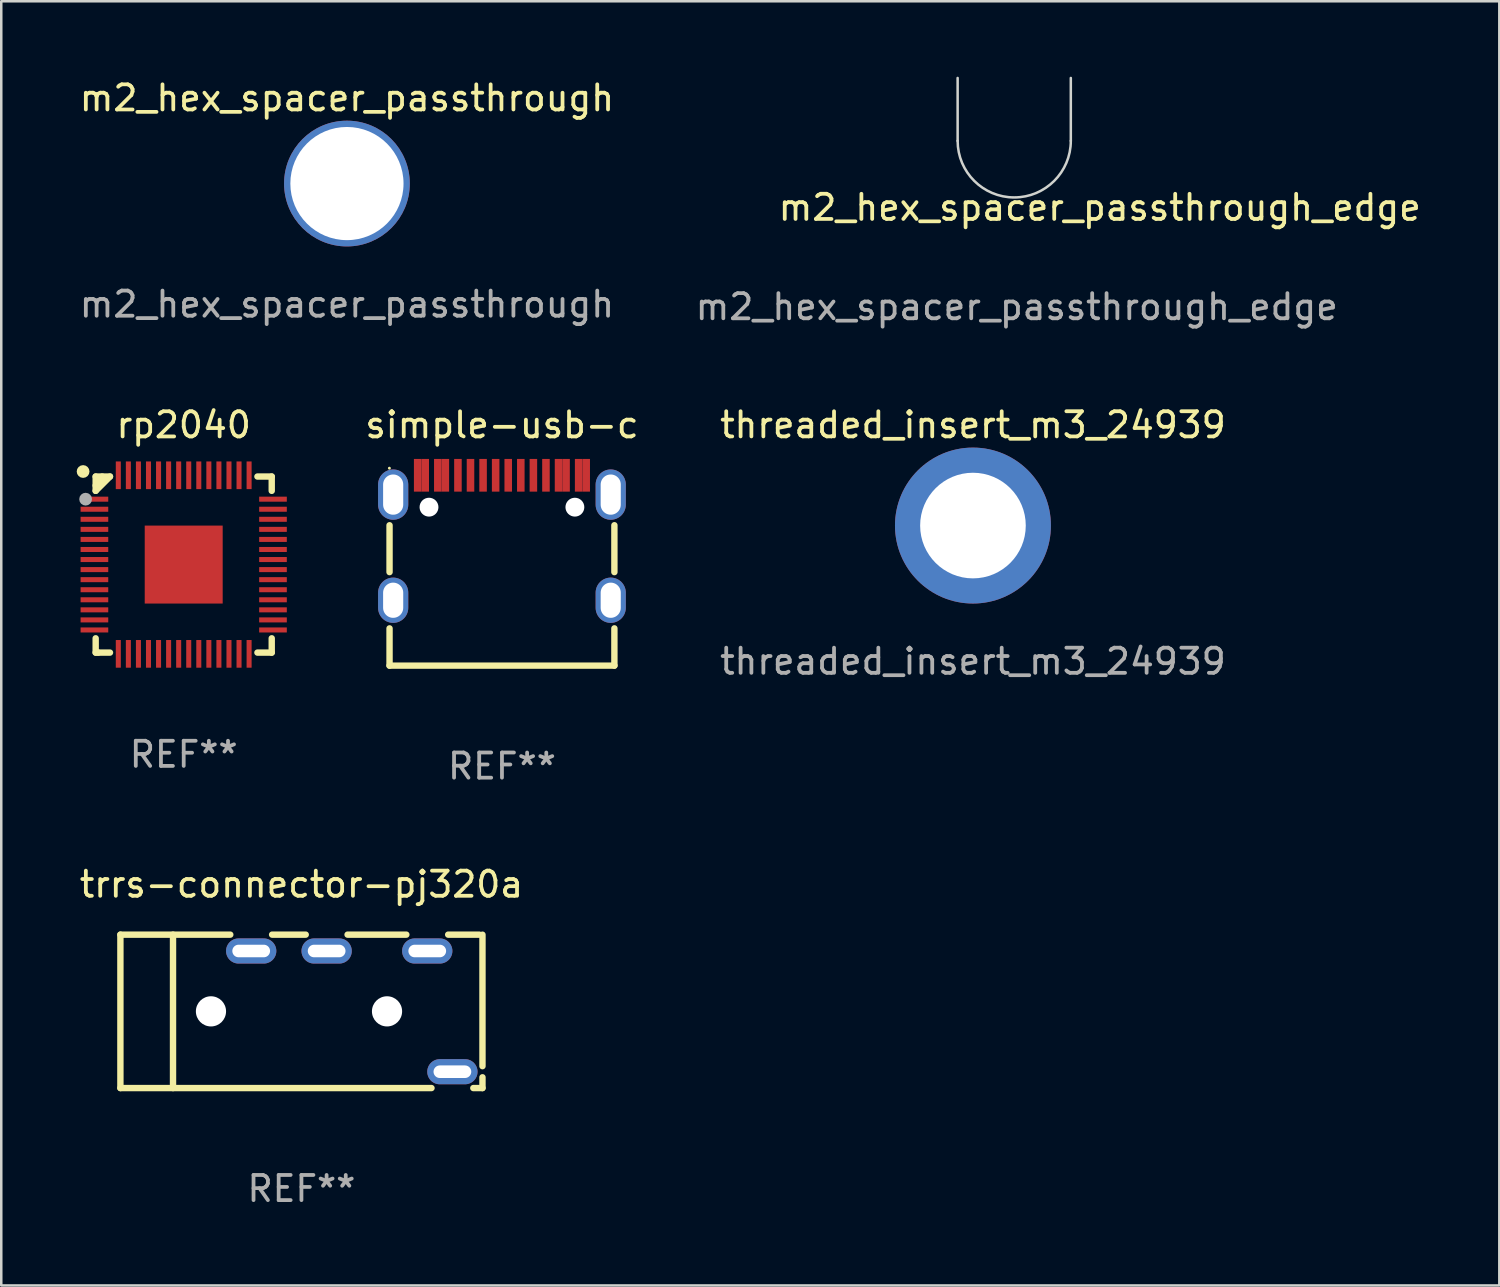
<source format=kicad_pcb>
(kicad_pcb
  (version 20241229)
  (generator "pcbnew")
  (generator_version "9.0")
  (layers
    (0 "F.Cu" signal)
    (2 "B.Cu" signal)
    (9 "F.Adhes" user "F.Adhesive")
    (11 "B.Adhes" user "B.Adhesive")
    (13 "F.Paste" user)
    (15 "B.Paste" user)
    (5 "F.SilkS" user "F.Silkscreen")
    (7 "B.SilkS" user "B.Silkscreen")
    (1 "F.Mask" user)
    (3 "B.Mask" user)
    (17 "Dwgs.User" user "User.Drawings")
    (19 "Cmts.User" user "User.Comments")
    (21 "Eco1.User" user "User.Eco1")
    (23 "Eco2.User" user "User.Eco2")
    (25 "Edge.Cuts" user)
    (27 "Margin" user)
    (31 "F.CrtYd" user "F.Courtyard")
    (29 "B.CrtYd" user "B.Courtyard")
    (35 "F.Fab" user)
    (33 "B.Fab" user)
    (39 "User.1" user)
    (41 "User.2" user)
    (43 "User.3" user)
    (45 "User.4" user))
  (footprint "m2_hex_spacer_passthrough"
    (layer "F.Cu")
    (at 10.744 4.248)
    (property "Reference" "m2_hex_spacer_passthrough" (at 0 -3.4 0) (unlocked yes) (layer "F.SilkS") (effects (font (size 1 1) (thickness 0.15))))
    (attr through_hole)
    (fp_text user "${REFERENCE}" (at 0 4.8 0) (unlocked yes) (layer "F.Fab") (effects (font (size 1 1) (thickness 0.15))))
    (pad "1" thru_hole circle (at 0 0) (size 5 5) (drill 4.5) (layers "*.Cu" "*.Mask")))
  (footprint "simple-usb-c"
    (layer "F.Cu")
    (at 16.908 19.631)
    (property "Reference" "simple-usb-c" (at 0 -5.784 0) (layer "F.SilkS") (effects (font (size 1 1) (thickness 0.15))))
    (attr through_hole)
    (fp_line (start -4.47 0.066) (end -4.47 -1.797) (stroke (width 0.254) (type solid)) (layer "F.SilkS"))
    (fp_line (start -4.47 3.784) (end -4.47 2.303) (stroke (width 0.254) (type solid)) (layer "F.SilkS"))
    (fp_line (start 4.47 0.066) (end 4.47 -1.798) (stroke (width 0.254) (type solid)) (layer "F.SilkS"))
    (fp_line (start 4.47 3.784) (end -4.47 3.784) (stroke (width 0.254) (type solid)) (layer "F.SilkS"))
    (fp_line (start 4.47 3.784) (end 4.47 2.302) (stroke (width 0.254) (type solid)) (layer "F.SilkS"))
    (fp_circle (center -4.476 -4.066) (end -4.446 -4.066) (stroke (width 0.06) (type solid)) (fill no) (layer "F.SilkS"))
    (fp_circle (center -2.901 -2.516) (end -2.776 -2.516) (stroke (width 0.25) (type solid)) (fill no) (layer "F.Fab"))
    (fp_circle (center 2.899 -2.516) (end 3.024 -2.516) (stroke (width 0.25) (type solid)) (fill no) (layer "F.Fab"))
    (fp_text user "REF**" (at 0 7.784 0) (layer "F.Fab") (effects (font (size 1 1) (thickness 0.15))))
    (pad "" np_thru_hole circle (at -2.901 -2.516) (size 0.75 0.75) (drill 0.75) (layers "*.Cu" "*.Mask"))
    (pad "" np_thru_hole circle (at 2.899 -2.516) (size 0.75 0.75) (drill 0.75) (layers "*.Cu" "*.Mask"))
    (pad "0" thru_hole oval (at -4.326 -3.016) (size 1.2 2) (drill oval 0.8 1.6) (layers "*.Cu" "*.Mask"))
    (pad "0" thru_hole oval (at -4.326 1.184) (size 1.2 1.8) (drill oval 0.8 1.4) (layers "*.Cu" "*.Mask"))
    (pad "0" thru_hole oval (at 4.324 -3.016) (size 1.2 2) (drill oval 0.8 1.6) (layers "*.Cu" "*.Mask"))
    (pad "0" thru_hole oval (at 4.324 1.184) (size 1.2 1.8) (drill oval 0.8 1.4) (layers "*.Cu" "*.Mask"))
    (pad "A1" smd rect (at -3.351 -3.784) (size 0.3 1.3) (layers "F.Cu" "F.Mask" "F.Paste"))
    (pad "A4" smd rect (at -2.551 -3.784) (size 0.3 1.3) (layers "F.Cu" "F.Mask" "F.Paste"))
    (pad "A5" smd rect (at -1.251 -3.784) (size 0.3 1.3) (layers "F.Cu" "F.Mask" "F.Paste"))
    (pad "A6" smd rect (at -0.251 -3.784) (size 0.3 1.3) (layers "F.Cu" "F.Mask" "F.Paste"))
    (pad "A7" smd rect (at 0.249 -3.784) (size 0.3 1.3) (layers "F.Cu" "F.Mask" "F.Paste"))
    (pad "A8" smd rect (at 1.249 -3.784) (size 0.3 1.3) (layers "F.Cu" "F.Mask" "F.Paste"))
    (pad "A9" smd rect (at 2.549 -3.784) (size 0.3 1.3) (layers "F.Cu" "F.Mask" "F.Paste"))
    (pad "A12" smd rect (at 3.349 -3.784) (size 0.3 1.3) (layers "F.Cu" "F.Mask" "F.Paste"))
    (pad "B1" smd rect (at 3.049 -3.784) (size 0.3 1.3) (layers "F.Cu" "F.Mask" "F.Paste"))
    (pad "B4" smd rect (at 2.249 -3.784) (size 0.3 1.3) (layers "F.Cu" "F.Mask" "F.Paste"))
    (pad "B5" smd rect (at 1.749 -3.784) (size 0.3 1.3) (layers "F.Cu" "F.Mask" "F.Paste"))
    (pad "B6" smd rect (at 0.749 -3.784) (size 0.3 1.3) (layers "F.Cu" "F.Mask" "F.Paste"))
    (pad "B7" smd rect (at -0.751 -3.784) (size 0.3 1.3) (layers "F.Cu" "F.Mask" "F.Paste"))
    (pad "B8" smd rect (at -1.751 -3.784) (size 0.3 1.3) (layers "F.Cu" "F.Mask" "F.Paste"))
    (pad "B9" smd rect (at -2.251 -3.784) (size 0.3 1.3) (layers "F.Cu" "F.Mask" "F.Paste"))
    (pad "B12" smd rect (at -3.051 -3.784) (size 0.3 1.3) (layers "F.Cu" "F.Mask" "F.Paste")))
  (footprint "threaded_insert_m3_24939"
    (layer "F.Cu")
    (at 35.634 17.846)
    (property "Reference" "threaded_insert_m3_24939" (at 0 -4 0) (unlocked yes) (layer "F.SilkS") (effects (font (size 1 1) (thickness 0.15))))
    (attr smd)
    (fp_text user "${REFERENCE}" (at 0 5.4 0) (unlocked yes) (layer "F.Fab") (effects (font (size 1 1) (thickness 0.15))))
    (pad "1" thru_hole circle (at 0 0) (size 6.2 6.2) (drill 4.2) (layers "*.Cu" "*.Mask")))
  (footprint "rp2040"
    (layer "F.Cu")
    (at 4.254 19.397)
    (property "Reference" "rp2040" (at 0 -5.55 0) (layer "F.SilkS") (effects (font (size 1 1) (thickness 0.15))))
    (attr smd)
    (fp_line (start -3.5 -3.5) (end -2.931 -3.5) (stroke (width 0.254) (type solid)) (layer "F.SilkS"))
    (fp_line (start -3.5 -2.931) (end -3.5 -3.5) (stroke (width 0.254) (type solid)) (layer "F.SilkS"))
    (fp_line (start -3.5 -2.931) (end -2.931 -3.5) (stroke (width 0.254) (type solid)) (layer "F.SilkS"))
    (fp_line (start -3.5 3.5) (end -3.5 2.931) (stroke (width 0.254) (type solid)) (layer "F.SilkS"))
    (fp_line (start -3.4 3.5) (end -3.5 3.5) (stroke (width 0.254) (type solid)) (layer "F.SilkS"))
    (fp_line (start -3.241 -3.5) (end -3.241 -3.403) (stroke (width 0.254) (type solid)) (layer "F.SilkS"))
    (fp_line (start -3.241 -3.403) (end -3.5 -3.144) (stroke (width 0.254) (type solid)) (layer "F.SilkS"))
    (fp_line (start -2.931 3.5) (end -3.4 3.5) (stroke (width 0.254) (type solid)) (layer "F.SilkS"))
    (fp_line (start 2.931 -3.5) (end 3.5 -3.5) (stroke (width 0.254) (type solid)) (layer "F.SilkS"))
    (fp_line (start 3.5 -3.5) (end 3.5 -2.931) (stroke (width 0.254) (type solid)) (layer "F.SilkS"))
    (fp_line (start 3.5 2.931) (end 3.5 3.5) (stroke (width 0.254) (type solid)) (layer "F.SilkS"))
    (fp_line (start 3.5 3.5) (end 2.931 3.5) (stroke (width 0.254) (type solid)) (layer "F.SilkS"))
    (fp_circle (center -4 -3.7) (end -3.873 -3.7) (stroke (width 0.254) (type solid)) (fill no) (layer "F.SilkS"))
    (fp_circle (center -3.5 -3.5) (end -3.47 -3.5) (stroke (width 0.06) (type solid)) (fill no) (layer "F.SilkS"))
    (fp_circle (center -3.9 -2.6) (end -3.773 -2.6) (stroke (width 0.254) (type solid)) (fill no) (layer "F.Fab"))
    (fp_text user "REF**" (at 0 7.55 0) (layer "F.Fab") (effects (font (size 1 1) (thickness 0.15))))
    (pad "1" smd rect (at -3.55 -2.6) (size 1.1 0.2) (layers "F.Cu" "F.Mask" "F.Paste"))
    (pad "2" smd rect (at -3.55 -2.2) (size 1.1 0.2) (layers "F.Cu" "F.Mask" "F.Paste"))
    (pad "3" smd rect (at -3.55 -1.8) (size 1.1 0.2) (layers "F.Cu" "F.Mask" "F.Paste"))
    (pad "4" smd rect (at -3.55 -1.4) (size 1.1 0.2) (layers "F.Cu" "F.Mask" "F.Paste"))
    (pad "5" smd rect (at -3.55 -1) (size 1.1 0.2) (layers "F.Cu" "F.Mask" "F.Paste"))
    (pad "6" smd rect (at -3.55 -0.6) (size 1.1 0.2) (layers "F.Cu" "F.Mask" "F.Paste"))
    (pad "7" smd rect (at -3.55 -0.2) (size 1.1 0.2) (layers "F.Cu" "F.Mask" "F.Paste"))
    (pad "8" smd rect (at -3.55 0.2) (size 1.1 0.2) (layers "F.Cu" "F.Mask" "F.Paste"))
    (pad "9" smd rect (at -3.55 0.6) (size 1.1 0.2) (layers "F.Cu" "F.Mask" "F.Paste"))
    (pad "10" smd rect (at -3.55 1) (size 1.1 0.2) (layers "F.Cu" "F.Mask" "F.Paste"))
    (pad "11" smd rect (at -3.55 1.4) (size 1.1 0.2) (layers "F.Cu" "F.Mask" "F.Paste"))
    (pad "12" smd rect (at -3.55 1.8) (size 1.1 0.2) (layers "F.Cu" "F.Mask" "F.Paste"))
    (pad "13" smd rect (at -3.55 2.2) (size 1.1 0.2) (layers "F.Cu" "F.Mask" "F.Paste"))
    (pad "14" smd rect (at -3.55 2.6) (size 1.1 0.2) (layers "F.Cu" "F.Mask" "F.Paste"))
    (pad "15" smd rect (at -2.6 3.55 90) (size 1.1 0.2) (layers "F.Cu" "F.Mask" "F.Paste"))
    (pad "16" smd rect (at -2.2 3.55 90) (size 1.1 0.2) (layers "F.Cu" "F.Mask" "F.Paste"))
    (pad "17" smd rect (at -1.8 3.55 90) (size 1.1 0.2) (layers "F.Cu" "F.Mask" "F.Paste"))
    (pad "18" smd rect (at -1.4 3.55 90) (size 1.1 0.2) (layers "F.Cu" "F.Mask" "F.Paste"))
    (pad "19" smd rect (at -1 3.55 90) (size 1.1 0.2) (layers "F.Cu" "F.Mask" "F.Paste"))
    (pad "20" smd rect (at -0.6 3.55 90) (size 1.1 0.2) (layers "F.Cu" "F.Mask" "F.Paste"))
    (pad "21" smd rect (at -0.2 3.55 90) (size 1.1 0.2) (layers "F.Cu" "F.Mask" "F.Paste"))
    (pad "22" smd rect (at 0.2 3.55 90) (size 1.1 0.2) (layers "F.Cu" "F.Mask" "F.Paste"))
    (pad "23" smd rect (at 0.6 3.55 90) (size 1.1 0.2) (layers "F.Cu" "F.Mask" "F.Paste"))
    (pad "24" smd rect (at 1 3.55 90) (size 1.1 0.2) (layers "F.Cu" "F.Mask" "F.Paste"))
    (pad "25" smd rect (at 1.4 3.55 90) (size 1.1 0.2) (layers "F.Cu" "F.Mask" "F.Paste"))
    (pad "26" smd rect (at 1.8 3.55 90) (size 1.1 0.2) (layers "F.Cu" "F.Mask" "F.Paste"))
    (pad "27" smd rect (at 2.2 3.55 90) (size 1.1 0.2) (layers "F.Cu" "F.Mask" "F.Paste"))
    (pad "28" smd rect (at 2.6 3.55 90) (size 1.1 0.2) (layers "F.Cu" "F.Mask" "F.Paste"))
    (pad "29" smd rect (at 3.55 2.6 180) (size 1.1 0.2) (layers "F.Cu" "F.Mask" "F.Paste"))
    (pad "30" smd rect (at 3.55 2.2 180) (size 1.1 0.2) (layers "F.Cu" "F.Mask" "F.Paste"))
    (pad "31" smd rect (at 3.55 1.8 180) (size 1.1 0.2) (layers "F.Cu" "F.Mask" "F.Paste"))
    (pad "32" smd rect (at 3.55 1.4 180) (size 1.1 0.2) (layers "F.Cu" "F.Mask" "F.Paste"))
    (pad "33" smd rect (at 3.55 1 180) (size 1.1 0.2) (layers "F.Cu" "F.Mask" "F.Paste"))
    (pad "34" smd rect (at 3.55 0.6 180) (size 1.1 0.2) (layers "F.Cu" "F.Mask" "F.Paste"))
    (pad "35" smd rect (at 3.55 0.2 180) (size 1.1 0.2) (layers "F.Cu" "F.Mask" "F.Paste"))
    (pad "36" smd rect (at 3.55 -0.2 180) (size 1.1 0.2) (layers "F.Cu" "F.Mask" "F.Paste"))
    (pad "37" smd rect (at 3.55 -0.6 180) (size 1.1 0.2) (layers "F.Cu" "F.Mask" "F.Paste"))
    (pad "38" smd rect (at 3.55 -1 180) (size 1.1 0.2) (layers "F.Cu" "F.Mask" "F.Paste"))
    (pad "39" smd rect (at 3.55 -1.4 180) (size 1.1 0.2) (layers "F.Cu" "F.Mask" "F.Paste"))
    (pad "40" smd rect (at 3.55 -1.8 180) (size 1.1 0.2) (layers "F.Cu" "F.Mask" "F.Paste"))
    (pad "41" smd rect (at 3.55 -2.2 180) (size 1.1 0.2) (layers "F.Cu" "F.Mask" "F.Paste"))
    (pad "42" smd rect (at 3.55 -2.6 180) (size 1.1 0.2) (layers "F.Cu" "F.Mask" "F.Paste"))
    (pad "43" smd rect (at 2.6 -3.55 270) (size 1.1 0.2) (layers "F.Cu" "F.Mask" "F.Paste"))
    (pad "44" smd rect (at 2.2 -3.55 270) (size 1.1 0.2) (layers "F.Cu" "F.Mask" "F.Paste"))
    (pad "45" smd rect (at 1.8 -3.55 270) (size 1.1 0.2) (layers "F.Cu" "F.Mask" "F.Paste"))
    (pad "46" smd rect (at 1.4 -3.55 270) (size 1.1 0.2) (layers "F.Cu" "F.Mask" "F.Paste"))
    (pad "47" smd rect (at 1 -3.55 270) (size 1.1 0.2) (layers "F.Cu" "F.Mask" "F.Paste"))
    (pad "48" smd rect (at 0.6 -3.55 270) (size 1.1 0.2) (layers "F.Cu" "F.Mask" "F.Paste"))
    (pad "49" smd rect (at 0.2 -3.55 270) (size 1.1 0.2) (layers "F.Cu" "F.Mask" "F.Paste"))
    (pad "50" smd rect (at -0.2 -3.55 270) (size 1.1 0.2) (layers "F.Cu" "F.Mask" "F.Paste"))
    (pad "51" smd rect (at -0.6 -3.55 270) (size 1.1 0.2) (layers "F.Cu" "F.Mask" "F.Paste"))
    (pad "52" smd rect (at -1 -3.55 270) (size 1.1 0.2) (layers "F.Cu" "F.Mask" "F.Paste"))
    (pad "53" smd rect (at -1.4 -3.55 270) (size 1.1 0.2) (layers "F.Cu" "F.Mask" "F.Paste"))
    (pad "54" smd rect (at -1.8 -3.55 270) (size 1.1 0.2) (layers "F.Cu" "F.Mask" "F.Paste"))
    (pad "55" smd rect (at -2.2 -3.55 270) (size 1.1 0.2) (layers "F.Cu" "F.Mask" "F.Paste"))
    (pad "56" smd rect (at -2.6 -3.55 270) (size 1.1 0.2) (layers "F.Cu" "F.Mask" "F.Paste"))
    (pad "57" smd rect (at 0 -0.000127) (size 3.1 3.1) (layers "F.Cu" "F.Mask" "F.Paste")))
  (footprint "trrs-connector-pj320a"
    (layer "F.Cu")
    (at 8.935 37.161)
    (property "Reference" "trrs-connector-pj320a" (at 0 -5.05 0) (layer "F.SilkS") (effects (font (size 1 1) (thickness 0.15))))
    (attr through_hole)
    (fp_line (start -7.198 -3.05) (end -7.198 3.05) (stroke (width 0.254) (type solid)) (layer "F.SilkS"))
    (fp_line (start -7.198 -3.05) (end -2.829 -3.05) (stroke (width 0.254) (type solid)) (layer "F.SilkS"))
    (fp_line (start -7.198 3.05) (end 5.171 3.05) (stroke (width 0.254) (type solid)) (layer "F.SilkS"))
    (fp_line (start -5.106 -3.05) (end -5.106 3.05) (stroke (width 0.254) (type solid)) (layer "F.SilkS"))
    (fp_line (start -1.166 -3.05) (end 0.171 -3.05) (stroke (width 0.254) (type solid)) (layer "F.SilkS"))
    (fp_line (start 1.834 -3.05) (end 4.171 -3.05) (stroke (width 0.254) (type solid)) (layer "F.SilkS"))
    (fp_line (start 5.834 -3.05) (end 7.071 -3.05) (stroke (width 0.254) (type solid)) (layer "F.SilkS"))
    (fp_line (start 6.834 3.05) (end 7.198 3.05) (stroke (width 0.254) (type solid)) (layer "F.SilkS"))
    (fp_line (start 7.198 2.179) (end 7.198 -3.048) (stroke (width 0.254) (type solid)) (layer "F.SilkS"))
    (fp_line (start 7.198 3.05) (end 7.198 2.621) (stroke (width 0.254) (type solid)) (layer "F.SilkS"))
    (fp_circle (center -7.197 -3.05) (end -7.167 -3.05) (stroke (width 0.06) (type solid)) (fill no) (layer "F.SilkS"))
    (fp_circle (center -3.597 0) (end -3.409 0) (stroke (width 0.375) (type solid)) (fill no) (layer "F.Fab"))
    (fp_circle (center 3.403 0) (end 3.591 0) (stroke (width 0.375) (type solid)) (fill no) (layer "F.Fab"))
    (fp_text user "REF**" (at 0 7.05 0) (layer "F.Fab") (effects (font (size 1 1) (thickness 0.15))))
    (pad "" np_thru_hole circle (at -3.597 0) (size 1.2 1.2) (drill 1.2) (layers "*.Cu" "*.Mask"))
    (pad "" np_thru_hole circle (at 3.403 0) (size 1.2 1.2) (drill 1.2) (layers "*.Cu" "*.Mask"))
    (pad "2" thru_hole oval (at -1.998 -2.4 90) (size 1 2) (drill oval 0.5 1.5) (layers "*.Cu" "*.Mask"))
    (pad "3" thru_hole oval (at 1.002 -2.4 90) (size 1 2) (drill oval 0.5 1.5) (layers "*.Cu" "*.Mask"))
    (pad "4" thru_hole oval (at 5.002 -2.4 90) (size 1 2) (drill oval 0.5 1.5) (layers "*.Cu" "*.Mask"))
    (pad "5" thru_hole oval (at 6.002 2.4 90) (size 1 2) (drill oval 0.5 1.5) (layers "*.Cu" "*.Mask")))
  (footprint "m2_hex_spacer_passthrough_edge"
    (layer "F.Cu")
    (at 37.275 2.55)
    (property "Reference" "m2_hex_spacer_passthrough_edge" (at 3.4 2.65 0) (unlocked yes) (layer "F.SilkS") (effects (font (size 1 1) (thickness 0.15))))
    (attr through_hole)
    (fp_line (start -2.25 0) (end -2.25 -2.5) (stroke (width 0.1) (type solid)) (layer "Edge.Cuts"))
    (fp_line (start 2.25 0) (end 2.25 -2.5) (stroke (width 0.1) (type solid)) (layer "Edge.Cuts"))
    (fp_arc (start 2.25 0) (mid 0 2.25) (end -2.25 0) (stroke (width 0.1) (type solid)) (layer "Edge.Cuts"))
    (fp_text user "${REFERENCE}" (at 0.1 6.6 0) (unlocked yes) (layer "F.Fab") (effects (font (size 1 1) (thickness 0.15)))))
  (gr_rect
    (start -3 -3)
    (end 56.562 48.059)
    (stroke (width 0.1) (type default))
    (fill no)
    (layer "Edge.Cuts")))
</source>
